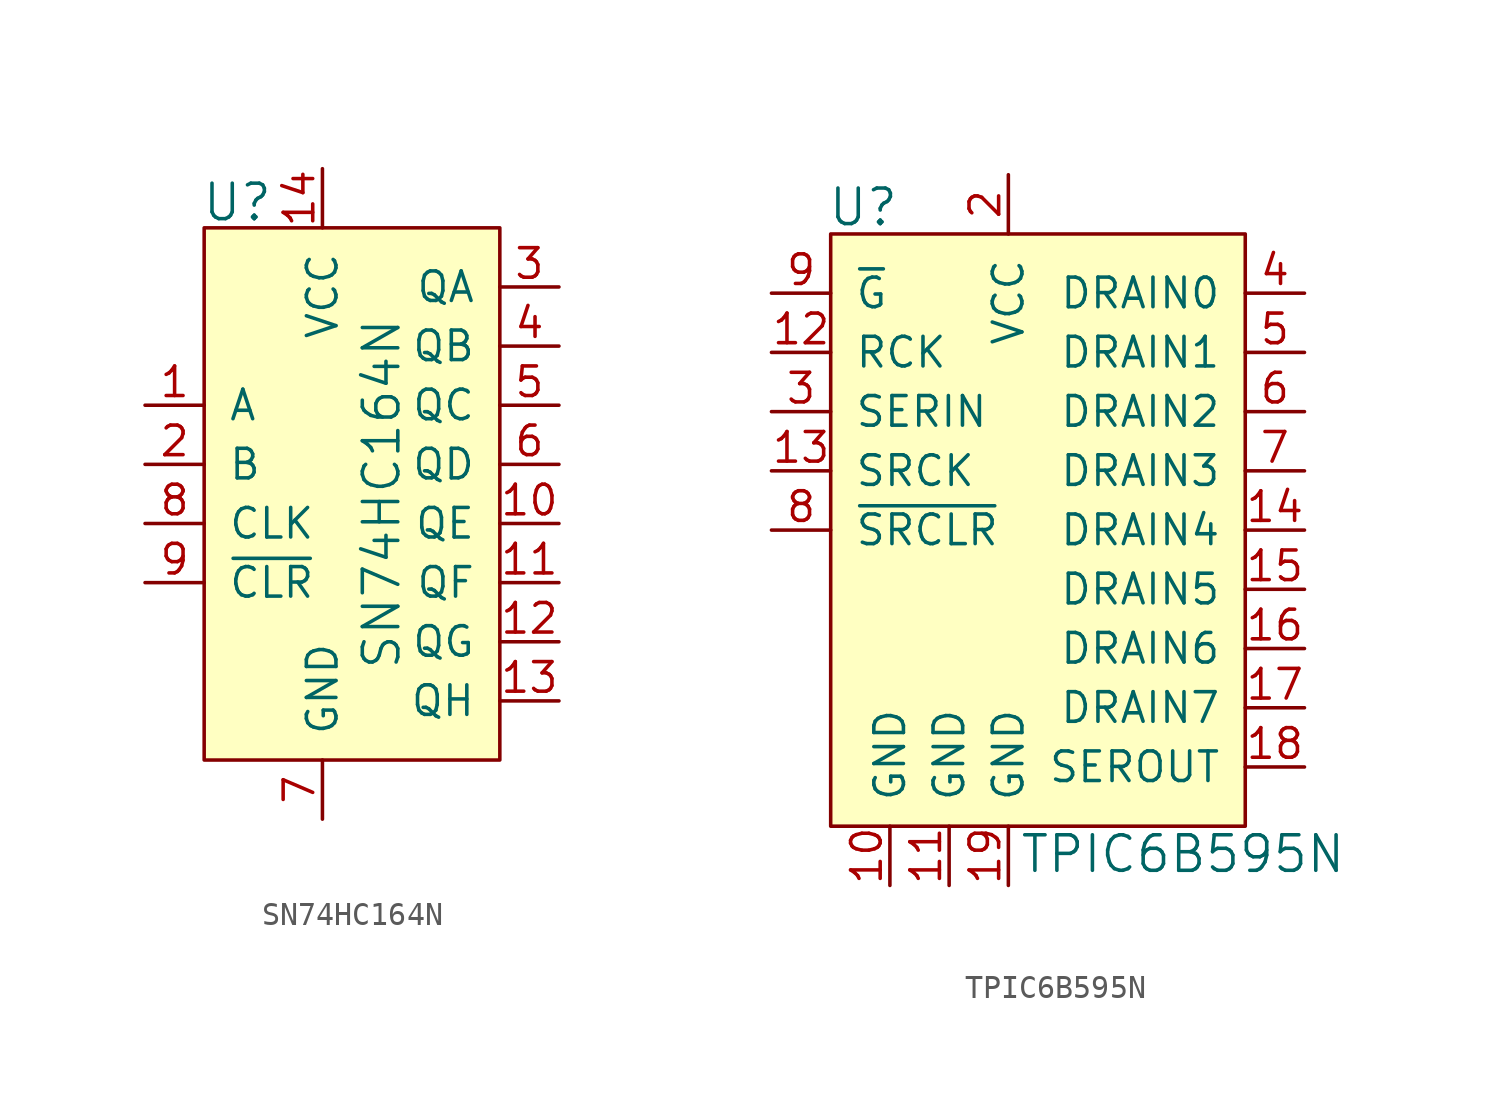
<source format=kicad_sym>
(kicad_symbol_lib
  (version 20211014)
  (generator kicad_symbol_editor)
  (symbol "SN74HC164N"
    (pin_names
      (offset 1.016))
    (property "Reference" "U"
      (at -5.207 13.792 0)
      (effects (font (size 1.524 1.524)) (justify left)))
    (property "Value" "SN74HC164N"
      (at 2.54 1.27 90)
      (effects (font (size 1.524 1.524))))
    (symbol "SN74HC164N_0_1"
      (rectangle (start -5.08 12.7) (end 7.62 -10.16) (stroke (width 0) (type default) (color 0 0 0 0)) (fill (type background))))
    (symbol "SN74HC164N_1_1"
      (pin input line (at -7.62 5.08 0) (length 2.54) (name "A" (effects (font (size 1.27 1.27)))) (number "1" (effects (font (size 1.27 1.27)))))
      (pin output line (at 10.16 0 180) (length 2.54) (name "QE" (effects (font (size 1.27 1.27)))) (number "10" (effects (font (size 1.27 1.27)))))
      (pin output line (at 10.16 -2.54 180) (length 2.54) (name "QF" (effects (font (size 1.27 1.27)))) (number "11" (effects (font (size 1.27 1.27)))))
      (pin output line (at 10.16 -5.08 180) (length 2.54) (name "QG" (effects (font (size 1.27 1.27)))) (number "12" (effects (font (size 1.27 1.27)))))
      (pin output line (at 10.16 -7.62 180) (length 2.54) (name "QH" (effects (font (size 1.27 1.27)))) (number "13" (effects (font (size 1.27 1.27)))))
      (pin power_in line (at 0 15.24 270) (length 2.54) (name "VCC" (effects (font (size 1.27 1.27)))) (number "14" (effects (font (size 1.27 1.27)))))
      (pin input line (at -7.62 2.54 0) (length 2.54) (name "B" (effects (font (size 1.27 1.27)))) (number "2" (effects (font (size 1.27 1.27)))))
      (pin output line (at 10.16 10.16 180) (length 2.54) (name "QA" (effects (font (size 1.27 1.27)))) (number "3" (effects (font (size 1.27 1.27)))))
      (pin output line (at 10.16 7.62 180) (length 2.54) (name "QB" (effects (font (size 1.27 1.27)))) (number "4" (effects (font (size 1.27 1.27)))))
      (pin output line (at 10.16 5.08 180) (length 2.54) (name "QC" (effects (font (size 1.27 1.27)))) (number "5" (effects (font (size 1.27 1.27)))))
      (pin output line (at 10.16 2.54 180) (length 2.54) (name "QD" (effects (font (size 1.27 1.27)))) (number "6" (effects (font (size 1.27 1.27)))))
      (pin power_in line (at 0 -12.7 90) (length 2.54) (name "GND" (effects (font (size 1.27 1.27)))) (number "7" (effects (font (size 1.27 1.27)))))
      (pin input line (at -7.62 0 0) (length 2.54) (name "CLK" (effects (font (size 1.27 1.27)))) (number "8" (effects (font (size 1.27 1.27)))))
      (pin input line (at -7.62 -2.54 0) (length 2.54) (name "~{CLR}" (effects (font (size 1.27 1.27)))) (number "9" (effects (font (size 1.27 1.27)))))))
  (symbol "TPIC6B595N"
    (pin_names
      (offset 1.016))
    (property "Reference" "U"
      (at -7.772 1.143 0)
      (effects (font (size 1.524 1.524)) (justify left)))
    (property "Value" "TPIC6B595N"
      (at 0.457 -26.594 0)
      (effects (font (size 1.524 1.524)) (justify left)))
    (symbol "TPIC6B595N_0_1"
      (rectangle (start -7.62 0) (end 10.16 -25.4) (stroke (width 0) (type default) (color 0 0 0 0)) (fill (type background))))
    (symbol "TPIC6B595N_1_1"
      (pin no_connect line (at -7.62 -15.24 0) (length 2.54) hide (name "NC" (effects (font (size 1.27 1.27)))) (number "1" (effects (font (size 1.27 1.27)))))
      (pin power_in line (at -5.08 -27.94 90) (length 2.54) (name "GND" (effects (font (size 1.27 1.27)))) (number "10" (effects (font (size 1.27 1.27)))))
      (pin power_in line (at -2.54 -27.94 90) (length 2.54) (name "GND" (effects (font (size 1.27 1.27)))) (number "11" (effects (font (size 1.27 1.27)))))
      (pin input line (at -10.16 -5.08 0) (length 2.54) (name "RCK" (effects (font (size 1.27 1.27)))) (number "12" (effects (font (size 1.27 1.27)))))
      (pin input line (at -10.16 -10.16 0) (length 2.54) (name "SRCK" (effects (font (size 1.27 1.27)))) (number "13" (effects (font (size 1.27 1.27)))))
      (pin output line (at 12.7 -12.7 180) (length 2.54) (name "DRAIN4" (effects (font (size 1.27 1.27)))) (number "14" (effects (font (size 1.27 1.27)))))
      (pin output line (at 12.7 -15.24 180) (length 2.54) (name "DRAIN5" (effects (font (size 1.27 1.27)))) (number "15" (effects (font (size 1.27 1.27)))))
      (pin output line (at 12.7 -17.78 180) (length 2.54) (name "DRAIN6" (effects (font (size 1.27 1.27)))) (number "16" (effects (font (size 1.27 1.27)))))
      (pin output line (at 12.7 -20.32 180) (length 2.54) (name "DRAIN7" (effects (font (size 1.27 1.27)))) (number "17" (effects (font (size 1.27 1.27)))))
      (pin output line (at 12.7 -22.86 180) (length 2.54) (name "SEROUT" (effects (font (size 1.27 1.27)))) (number "18" (effects (font (size 1.27 1.27)))))
      (pin power_in line (at 0 -27.94 90) (length 2.54) (name "GND" (effects (font (size 1.27 1.27)))) (number "19" (effects (font (size 1.27 1.27)))))
      (pin power_in line (at 0 2.54 270) (length 2.54) (name "VCC" (effects (font (size 1.27 1.27)))) (number "2" (effects (font (size 1.27 1.27)))))
      (pin no_connect line (at -7.62 -17.78 0) (length 2.54) hide (name "NC" (effects (font (size 1.27 1.27)))) (number "20" (effects (font (size 1.27 1.27)))))
      (pin input line (at -10.16 -7.62 0) (length 2.54) (name "SERIN" (effects (font (size 1.27 1.27)))) (number "3" (effects (font (size 1.27 1.27)))))
      (pin output line (at 12.7 -2.54 180) (length 2.54) (name "DRAIN0" (effects (font (size 1.27 1.27)))) (number "4" (effects (font (size 1.27 1.27)))))
      (pin output line (at 12.7 -5.08 180) (length 2.54) (name "DRAIN1" (effects (font (size 1.27 1.27)))) (number "5" (effects (font (size 1.27 1.27)))))
      (pin output line (at 12.7 -7.62 180) (length 2.54) (name "DRAIN2" (effects (font (size 1.27 1.27)))) (number "6" (effects (font (size 1.27 1.27)))))
      (pin output line (at 12.7 -10.16 180) (length 2.54) (name "DRAIN3" (effects (font (size 1.27 1.27)))) (number "7" (effects (font (size 1.27 1.27)))))
      (pin input line (at -10.16 -12.7 0) (length 2.54) (name "~{SRCLR}" (effects (font (size 1.27 1.27)))) (number "8" (effects (font (size 1.27 1.27)))))
      (pin input line (at -10.16 -2.54 0) (length 2.54) (name "~{G}" (effects (font (size 1.27 1.27)))) (number "9" (effects (font (size 1.27 1.27))))))))
</source>
